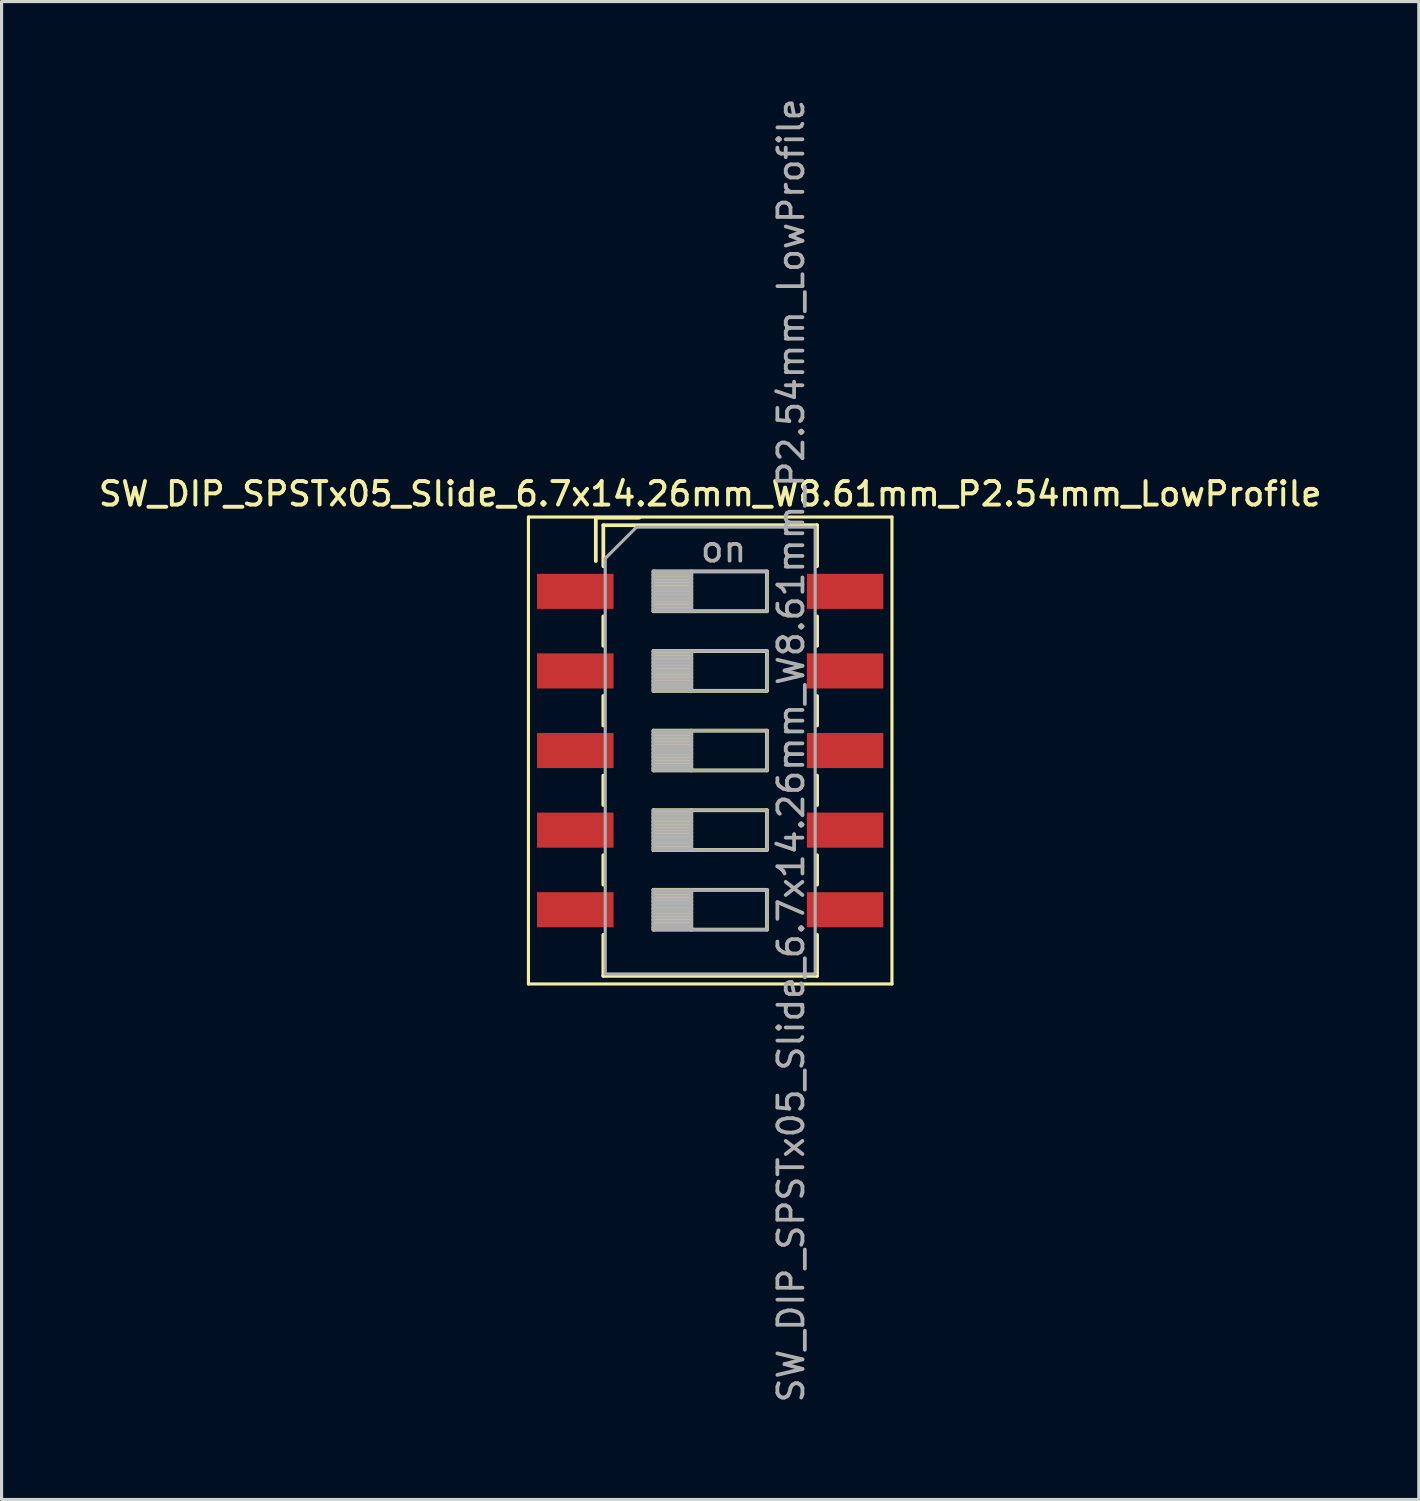
<source format=kicad_pcb>
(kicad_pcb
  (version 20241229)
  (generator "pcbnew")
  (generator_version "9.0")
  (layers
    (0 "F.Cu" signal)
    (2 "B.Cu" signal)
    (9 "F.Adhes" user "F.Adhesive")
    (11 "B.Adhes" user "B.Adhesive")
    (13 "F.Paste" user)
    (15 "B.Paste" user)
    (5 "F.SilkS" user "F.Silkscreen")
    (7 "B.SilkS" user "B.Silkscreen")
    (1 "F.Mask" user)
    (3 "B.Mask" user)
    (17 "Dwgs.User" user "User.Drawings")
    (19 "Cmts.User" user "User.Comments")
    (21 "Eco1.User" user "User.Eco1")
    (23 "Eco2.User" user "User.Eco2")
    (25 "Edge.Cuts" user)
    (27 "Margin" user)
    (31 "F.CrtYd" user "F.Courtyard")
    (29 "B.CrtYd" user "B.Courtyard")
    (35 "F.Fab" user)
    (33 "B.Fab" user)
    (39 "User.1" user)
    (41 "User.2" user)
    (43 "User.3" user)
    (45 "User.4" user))
  (footprint "SW_DIP_SPSTx05_Slide_6.7x14.26mm_W8.61mm_P2.54mm_LowProfile"
    (layer "F.Cu")
    (at 19.613 20.9)
    (property "Reference" "SW_DIP_SPSTx05_Slide_6.7x14.26mm_W8.61mm_P2.54mm_LowProfile" (at 0 -8.19 0) (layer "F.SilkS") (effects (font (size 0.75 0.75) (thickness 0.125))))
    (attr smd)
    (fp_line (start -5.8 -7.45) (end -5.8 7.45) (stroke (width 0.1) (type solid)) (layer "F.SilkS"))
    (fp_line (start -5.8 7.45) (end 5.8 7.45) (stroke (width 0.1) (type solid)) (layer "F.SilkS"))
    (fp_line (start -3.65 -7.43) (end -3.65 -6.047) (stroke (width 0.12) (type solid)) (layer "F.SilkS"))
    (fp_line (start -3.65 -7.43) (end -2.267 -7.43) (stroke (width 0.12) (type solid)) (layer "F.SilkS"))
    (fp_line (start -3.41 -7.19) (end -3.41 -5.88) (stroke (width 0.12) (type solid)) (layer "F.SilkS"))
    (fp_line (start -3.41 -7.19) (end 3.41 -7.19) (stroke (width 0.12) (type solid)) (layer "F.SilkS"))
    (fp_line (start -3.41 -4.28) (end -3.41 -3.34) (stroke (width 0.12) (type solid)) (layer "F.SilkS"))
    (fp_line (start -3.41 -1.74) (end -3.41 -0.8) (stroke (width 0.12) (type solid)) (layer "F.SilkS"))
    (fp_line (start -3.41 0.8) (end -3.41 1.74) (stroke (width 0.12) (type solid)) (layer "F.SilkS"))
    (fp_line (start -3.41 3.34) (end -3.41 4.28) (stroke (width 0.12) (type solid)) (layer "F.SilkS"))
    (fp_line (start -3.41 5.88) (end -3.41 7.191) (stroke (width 0.12) (type solid)) (layer "F.SilkS"))
    (fp_line (start -3.41 7.191) (end 3.41 7.191) (stroke (width 0.12) (type solid)) (layer "F.SilkS"))
    (fp_line (start -1.81 -5.715) (end -1.81 -4.445) (stroke (width 0.12) (type solid)) (layer "F.SilkS"))
    (fp_line (start -1.81 -5.595) (end -0.603 -5.595) (stroke (width 0.12) (type solid)) (layer "F.SilkS"))
    (fp_line (start -1.81 -5.475) (end -0.603 -5.475) (stroke (width 0.12) (type solid)) (layer "F.SilkS"))
    (fp_line (start -1.81 -5.355) (end -0.603 -5.355) (stroke (width 0.12) (type solid)) (layer "F.SilkS"))
    (fp_line (start -1.81 -5.235) (end -0.603 -5.235) (stroke (width 0.12) (type solid)) (layer "F.SilkS"))
    (fp_line (start -1.81 -5.115) (end -0.603 -5.115) (stroke (width 0.12) (type solid)) (layer "F.SilkS"))
    (fp_line (start -1.81 -4.995) (end -0.603 -4.995) (stroke (width 0.12) (type solid)) (layer "F.SilkS"))
    (fp_line (start -1.81 -4.875) (end -0.603 -4.875) (stroke (width 0.12) (type solid)) (layer "F.SilkS"))
    (fp_line (start -1.81 -4.755) (end -0.603 -4.755) (stroke (width 0.12) (type solid)) (layer "F.SilkS"))
    (fp_line (start -1.81 -4.635) (end -0.603 -4.635) (stroke (width 0.12) (type solid)) (layer "F.SilkS"))
    (fp_line (start -1.81 -4.515) (end -0.603 -4.515) (stroke (width 0.12) (type solid)) (layer "F.SilkS"))
    (fp_line (start -1.81 -4.445) (end 1.81 -4.445) (stroke (width 0.12) (type solid)) (layer "F.SilkS"))
    (fp_line (start -1.81 -3.175) (end -1.81 -1.905) (stroke (width 0.12) (type solid)) (layer "F.SilkS"))
    (fp_line (start -1.81 -3.055) (end -0.603 -3.055) (stroke (width 0.12) (type solid)) (layer "F.SilkS"))
    (fp_line (start -1.81 -2.935) (end -0.603 -2.935) (stroke (width 0.12) (type solid)) (layer "F.SilkS"))
    (fp_line (start -1.81 -2.815) (end -0.603 -2.815) (stroke (width 0.12) (type solid)) (layer "F.SilkS"))
    (fp_line (start -1.81 -2.695) (end -0.603 -2.695) (stroke (width 0.12) (type solid)) (layer "F.SilkS"))
    (fp_line (start -1.81 -2.575) (end -0.603 -2.575) (stroke (width 0.12) (type solid)) (layer "F.SilkS"))
    (fp_line (start -1.81 -2.455) (end -0.603 -2.455) (stroke (width 0.12) (type solid)) (layer "F.SilkS"))
    (fp_line (start -1.81 -2.335) (end -0.603 -2.335) (stroke (width 0.12) (type solid)) (layer "F.SilkS"))
    (fp_line (start -1.81 -2.215) (end -0.603 -2.215) (stroke (width 0.12) (type solid)) (layer "F.SilkS"))
    (fp_line (start -1.81 -2.095) (end -0.603 -2.095) (stroke (width 0.12) (type solid)) (layer "F.SilkS"))
    (fp_line (start -1.81 -1.975) (end -0.603 -1.975) (stroke (width 0.12) (type solid)) (layer "F.SilkS"))
    (fp_line (start -1.81 -1.905) (end 1.81 -1.905) (stroke (width 0.12) (type solid)) (layer "F.SilkS"))
    (fp_line (start -1.81 -0.635) (end -1.81 0.635) (stroke (width 0.12) (type solid)) (layer "F.SilkS"))
    (fp_line (start -1.81 -0.515) (end -0.603 -0.515) (stroke (width 0.12) (type solid)) (layer "F.SilkS"))
    (fp_line (start -1.81 -0.395) (end -0.603 -0.395) (stroke (width 0.12) (type solid)) (layer "F.SilkS"))
    (fp_line (start -1.81 -0.275) (end -0.603 -0.275) (stroke (width 0.12) (type solid)) (layer "F.SilkS"))
    (fp_line (start -1.81 -0.155) (end -0.603 -0.155) (stroke (width 0.12) (type solid)) (layer "F.SilkS"))
    (fp_line (start -1.81 -0.035) (end -0.603 -0.035) (stroke (width 0.12) (type solid)) (layer "F.SilkS"))
    (fp_line (start -1.81 0.085) (end -0.603 0.085) (stroke (width 0.12) (type solid)) (layer "F.SilkS"))
    (fp_line (start -1.81 0.205) (end -0.603 0.205) (stroke (width 0.12) (type solid)) (layer "F.SilkS"))
    (fp_line (start -1.81 0.325) (end -0.603 0.325) (stroke (width 0.12) (type solid)) (layer "F.SilkS"))
    (fp_line (start -1.81 0.445) (end -0.603 0.445) (stroke (width 0.12) (type solid)) (layer "F.SilkS"))
    (fp_line (start -1.81 0.565) (end -0.603 0.565) (stroke (width 0.12) (type solid)) (layer "F.SilkS"))
    (fp_line (start -1.81 0.635) (end 1.81 0.635) (stroke (width 0.12) (type solid)) (layer "F.SilkS"))
    (fp_line (start -1.81 1.905) (end -1.81 3.175) (stroke (width 0.12) (type solid)) (layer "F.SilkS"))
    (fp_line (start -1.81 2.025) (end -0.603 2.025) (stroke (width 0.12) (type solid)) (layer "F.SilkS"))
    (fp_line (start -1.81 2.145) (end -0.603 2.145) (stroke (width 0.12) (type solid)) (layer "F.SilkS"))
    (fp_line (start -1.81 2.265) (end -0.603 2.265) (stroke (width 0.12) (type solid)) (layer "F.SilkS"))
    (fp_line (start -1.81 2.385) (end -0.603 2.385) (stroke (width 0.12) (type solid)) (layer "F.SilkS"))
    (fp_line (start -1.81 2.505) (end -0.603 2.505) (stroke (width 0.12) (type solid)) (layer "F.SilkS"))
    (fp_line (start -1.81 2.625) (end -0.603 2.625) (stroke (width 0.12) (type solid)) (layer "F.SilkS"))
    (fp_line (start -1.81 2.745) (end -0.603 2.745) (stroke (width 0.12) (type solid)) (layer "F.SilkS"))
    (fp_line (start -1.81 2.865) (end -0.603 2.865) (stroke (width 0.12) (type solid)) (layer "F.SilkS"))
    (fp_line (start -1.81 2.985) (end -0.603 2.985) (stroke (width 0.12) (type solid)) (layer "F.SilkS"))
    (fp_line (start -1.81 3.105) (end -0.603 3.105) (stroke (width 0.12) (type solid)) (layer "F.SilkS"))
    (fp_line (start -1.81 3.175) (end 1.81 3.175) (stroke (width 0.12) (type solid)) (layer "F.SilkS"))
    (fp_line (start -1.81 4.445) (end -1.81 5.715) (stroke (width 0.12) (type solid)) (layer "F.SilkS"))
    (fp_line (start -1.81 4.565) (end -0.603 4.565) (stroke (width 0.12) (type solid)) (layer "F.SilkS"))
    (fp_line (start -1.81 4.685) (end -0.603 4.685) (stroke (width 0.12) (type solid)) (layer "F.SilkS"))
    (fp_line (start -1.81 4.805) (end -0.603 4.805) (stroke (width 0.12) (type solid)) (layer "F.SilkS"))
    (fp_line (start -1.81 4.925) (end -0.603 4.925) (stroke (width 0.12) (type solid)) (layer "F.SilkS"))
    (fp_line (start -1.81 5.045) (end -0.603 5.045) (stroke (width 0.12) (type solid)) (layer "F.SilkS"))
    (fp_line (start -1.81 5.165) (end -0.603 5.165) (stroke (width 0.12) (type solid)) (layer "F.SilkS"))
    (fp_line (start -1.81 5.285) (end -0.603 5.285) (stroke (width 0.12) (type solid)) (layer "F.SilkS"))
    (fp_line (start -1.81 5.405) (end -0.603 5.405) (stroke (width 0.12) (type solid)) (layer "F.SilkS"))
    (fp_line (start -1.81 5.525) (end -0.603 5.525) (stroke (width 0.12) (type solid)) (layer "F.SilkS"))
    (fp_line (start -1.81 5.645) (end -0.603 5.645) (stroke (width 0.12) (type solid)) (layer "F.SilkS"))
    (fp_line (start -1.81 5.715) (end 1.81 5.715) (stroke (width 0.12) (type solid)) (layer "F.SilkS"))
    (fp_line (start -0.603 -5.715) (end -0.603 -4.445) (stroke (width 0.12) (type solid)) (layer "F.SilkS"))
    (fp_line (start -0.603 -3.175) (end -0.603 -1.905) (stroke (width 0.12) (type solid)) (layer "F.SilkS"))
    (fp_line (start -0.603 -0.635) (end -0.603 0.635) (stroke (width 0.12) (type solid)) (layer "F.SilkS"))
    (fp_line (start -0.603 1.905) (end -0.603 3.175) (stroke (width 0.12) (type solid)) (layer "F.SilkS"))
    (fp_line (start -0.603 4.445) (end -0.603 5.715) (stroke (width 0.12) (type solid)) (layer "F.SilkS"))
    (fp_line (start 1.81 -5.715) (end -1.81 -5.715) (stroke (width 0.12) (type solid)) (layer "F.SilkS"))
    (fp_line (start 1.81 -4.445) (end 1.81 -5.715) (stroke (width 0.12) (type solid)) (layer "F.SilkS"))
    (fp_line (start 1.81 -3.175) (end -1.81 -3.175) (stroke (width 0.12) (type solid)) (layer "F.SilkS"))
    (fp_line (start 1.81 -1.905) (end 1.81 -3.175) (stroke (width 0.12) (type solid)) (layer "F.SilkS"))
    (fp_line (start 1.81 -0.635) (end -1.81 -0.635) (stroke (width 0.12) (type solid)) (layer "F.SilkS"))
    (fp_line (start 1.81 0.635) (end 1.81 -0.635) (stroke (width 0.12) (type solid)) (layer "F.SilkS"))
    (fp_line (start 1.81 1.905) (end -1.81 1.905) (stroke (width 0.12) (type solid)) (layer "F.SilkS"))
    (fp_line (start 1.81 3.175) (end 1.81 1.905) (stroke (width 0.12) (type solid)) (layer "F.SilkS"))
    (fp_line (start 1.81 4.445) (end -1.81 4.445) (stroke (width 0.12) (type solid)) (layer "F.SilkS"))
    (fp_line (start 1.81 5.715) (end 1.81 4.445) (stroke (width 0.12) (type solid)) (layer "F.SilkS"))
    (fp_line (start 3.41 -7.19) (end 3.41 -5.88) (stroke (width 0.12) (type solid)) (layer "F.SilkS"))
    (fp_line (start 3.41 -4.28) (end 3.41 -3.34) (stroke (width 0.12) (type solid)) (layer "F.SilkS"))
    (fp_line (start 3.41 -1.74) (end 3.41 -0.8) (stroke (width 0.12) (type solid)) (layer "F.SilkS"))
    (fp_line (start 3.41 0.8) (end 3.41 1.74) (stroke (width 0.12) (type solid)) (layer "F.SilkS"))
    (fp_line (start 3.41 3.34) (end 3.41 4.28) (stroke (width 0.12) (type solid)) (layer "F.SilkS"))
    (fp_line (start 3.41 5.88) (end 3.41 7.191) (stroke (width 0.12) (type solid)) (layer "F.SilkS"))
    (fp_line (start 5.8 -7.45) (end -5.8 -7.45) (stroke (width 0.1) (type solid)) (layer "F.SilkS"))
    (fp_line (start 5.8 7.45) (end 5.8 -7.45) (stroke (width 0.1) (type solid)) (layer "F.SilkS"))
    (fp_line (start -3.35 -6.13) (end -2.35 -7.13) (stroke (width 0.1) (type solid)) (layer "F.Fab"))
    (fp_line (start -3.35 7.13) (end -3.35 -6.13) (stroke (width 0.1) (type solid)) (layer "F.Fab"))
    (fp_line (start -2.35 -7.13) (end 3.35 -7.13) (stroke (width 0.1) (type solid)) (layer "F.Fab"))
    (fp_line (start -1.81 -5.715) (end -1.81 -4.445) (stroke (width 0.1) (type solid)) (layer "F.Fab"))
    (fp_line (start -1.81 -5.615) (end -0.603 -5.615) (stroke (width 0.1) (type solid)) (layer "F.Fab"))
    (fp_line (start -1.81 -5.515) (end -0.603 -5.515) (stroke (width 0.1) (type solid)) (layer "F.Fab"))
    (fp_line (start -1.81 -5.415) (end -0.603 -5.415) (stroke (width 0.1) (type solid)) (layer "F.Fab"))
    (fp_line (start -1.81 -5.315) (end -0.603 -5.315) (stroke (width 0.1) (type solid)) (layer "F.Fab"))
    (fp_line (start -1.81 -5.215) (end -0.603 -5.215) (stroke (width 0.1) (type solid)) (layer "F.Fab"))
    (fp_line (start -1.81 -5.115) (end -0.603 -5.115) (stroke (width 0.1) (type solid)) (layer "F.Fab"))
    (fp_line (start -1.81 -5.015) (end -0.603 -5.015) (stroke (width 0.1) (type solid)) (layer "F.Fab"))
    (fp_line (start -1.81 -4.915) (end -0.603 -4.915) (stroke (width 0.1) (type solid)) (layer "F.Fab"))
    (fp_line (start -1.81 -4.815) (end -0.603 -4.815) (stroke (width 0.1) (type solid)) (layer "F.Fab"))
    (fp_line (start -1.81 -4.715) (end -0.603 -4.715) (stroke (width 0.1) (type solid)) (layer "F.Fab"))
    (fp_line (start -1.81 -4.615) (end -0.603 -4.615) (stroke (width 0.1) (type solid)) (layer "F.Fab"))
    (fp_line (start -1.81 -4.515) (end -0.603 -4.515) (stroke (width 0.1) (type solid)) (layer "F.Fab"))
    (fp_line (start -1.81 -4.445) (end 1.81 -4.445) (stroke (width 0.1) (type solid)) (layer "F.Fab"))
    (fp_line (start -1.81 -3.175) (end -1.81 -1.905) (stroke (width 0.1) (type solid)) (layer "F.Fab"))
    (fp_line (start -1.81 -3.075) (end -0.603 -3.075) (stroke (width 0.1) (type solid)) (layer "F.Fab"))
    (fp_line (start -1.81 -2.975) (end -0.603 -2.975) (stroke (width 0.1) (type solid)) (layer "F.Fab"))
    (fp_line (start -1.81 -2.875) (end -0.603 -2.875) (stroke (width 0.1) (type solid)) (layer "F.Fab"))
    (fp_line (start -1.81 -2.775) (end -0.603 -2.775) (stroke (width 0.1) (type solid)) (layer "F.Fab"))
    (fp_line (start -1.81 -2.675) (end -0.603 -2.675) (stroke (width 0.1) (type solid)) (layer "F.Fab"))
    (fp_line (start -1.81 -2.575) (end -0.603 -2.575) (stroke (width 0.1) (type solid)) (layer "F.Fab"))
    (fp_line (start -1.81 -2.475) (end -0.603 -2.475) (stroke (width 0.1) (type solid)) (layer "F.Fab"))
    (fp_line (start -1.81 -2.375) (end -0.603 -2.375) (stroke (width 0.1) (type solid)) (layer "F.Fab"))
    (fp_line (start -1.81 -2.275) (end -0.603 -2.275) (stroke (width 0.1) (type solid)) (layer "F.Fab"))
    (fp_line (start -1.81 -2.175) (end -0.603 -2.175) (stroke (width 0.1) (type solid)) (layer "F.Fab"))
    (fp_line (start -1.81 -2.075) (end -0.603 -2.075) (stroke (width 0.1) (type solid)) (layer "F.Fab"))
    (fp_line (start -1.81 -1.975) (end -0.603 -1.975) (stroke (width 0.1) (type solid)) (layer "F.Fab"))
    (fp_line (start -1.81 -1.905) (end 1.81 -1.905) (stroke (width 0.1) (type solid)) (layer "F.Fab"))
    (fp_line (start -1.81 -0.635) (end -1.81 0.635) (stroke (width 0.1) (type solid)) (layer "F.Fab"))
    (fp_line (start -1.81 -0.535) (end -0.603 -0.535) (stroke (width 0.1) (type solid)) (layer "F.Fab"))
    (fp_line (start -1.81 -0.435) (end -0.603 -0.435) (stroke (width 0.1) (type solid)) (layer "F.Fab"))
    (fp_line (start -1.81 -0.335) (end -0.603 -0.335) (stroke (width 0.1) (type solid)) (layer "F.Fab"))
    (fp_line (start -1.81 -0.235) (end -0.603 -0.235) (stroke (width 0.1) (type solid)) (layer "F.Fab"))
    (fp_line (start -1.81 -0.135) (end -0.603 -0.135) (stroke (width 0.1) (type solid)) (layer "F.Fab"))
    (fp_line (start -1.81 -0.035) (end -0.603 -0.035) (stroke (width 0.1) (type solid)) (layer "F.Fab"))
    (fp_line (start -1.81 0.065) (end -0.603 0.065) (stroke (width 0.1) (type solid)) (layer "F.Fab"))
    (fp_line (start -1.81 0.165) (end -0.603 0.165) (stroke (width 0.1) (type solid)) (layer "F.Fab"))
    (fp_line (start -1.81 0.265) (end -0.603 0.265) (stroke (width 0.1) (type solid)) (layer "F.Fab"))
    (fp_line (start -1.81 0.365) (end -0.603 0.365) (stroke (width 0.1) (type solid)) (layer "F.Fab"))
    (fp_line (start -1.81 0.465) (end -0.603 0.465) (stroke (width 0.1) (type solid)) (layer "F.Fab"))
    (fp_line (start -1.81 0.565) (end -0.603 0.565) (stroke (width 0.1) (type solid)) (layer "F.Fab"))
    (fp_line (start -1.81 0.635) (end 1.81 0.635) (stroke (width 0.1) (type solid)) (layer "F.Fab"))
    (fp_line (start -1.81 1.905) (end -1.81 3.175) (stroke (width 0.1) (type solid)) (layer "F.Fab"))
    (fp_line (start -1.81 2.005) (end -0.603 2.005) (stroke (width 0.1) (type solid)) (layer "F.Fab"))
    (fp_line (start -1.81 2.105) (end -0.603 2.105) (stroke (width 0.1) (type solid)) (layer "F.Fab"))
    (fp_line (start -1.81 2.205) (end -0.603 2.205) (stroke (width 0.1) (type solid)) (layer "F.Fab"))
    (fp_line (start -1.81 2.305) (end -0.603 2.305) (stroke (width 0.1) (type solid)) (layer "F.Fab"))
    (fp_line (start -1.81 2.405) (end -0.603 2.405) (stroke (width 0.1) (type solid)) (layer "F.Fab"))
    (fp_line (start -1.81 2.505) (end -0.603 2.505) (stroke (width 0.1) (type solid)) (layer "F.Fab"))
    (fp_line (start -1.81 2.605) (end -0.603 2.605) (stroke (width 0.1) (type solid)) (layer "F.Fab"))
    (fp_line (start -1.81 2.705) (end -0.603 2.705) (stroke (width 0.1) (type solid)) (layer "F.Fab"))
    (fp_line (start -1.81 2.805) (end -0.603 2.805) (stroke (width 0.1) (type solid)) (layer "F.Fab"))
    (fp_line (start -1.81 2.905) (end -0.603 2.905) (stroke (width 0.1) (type solid)) (layer "F.Fab"))
    (fp_line (start -1.81 3.005) (end -0.603 3.005) (stroke (width 0.1) (type solid)) (layer "F.Fab"))
    (fp_line (start -1.81 3.105) (end -0.603 3.105) (stroke (width 0.1) (type solid)) (layer "F.Fab"))
    (fp_line (start -1.81 3.175) (end 1.81 3.175) (stroke (width 0.1) (type solid)) (layer "F.Fab"))
    (fp_line (start -1.81 4.445) (end -1.81 5.715) (stroke (width 0.1) (type solid)) (layer "F.Fab"))
    (fp_line (start -1.81 4.545) (end -0.603 4.545) (stroke (width 0.1) (type solid)) (layer "F.Fab"))
    (fp_line (start -1.81 4.645) (end -0.603 4.645) (stroke (width 0.1) (type solid)) (layer "F.Fab"))
    (fp_line (start -1.81 4.745) (end -0.603 4.745) (stroke (width 0.1) (type solid)) (layer "F.Fab"))
    (fp_line (start -1.81 4.845) (end -0.603 4.845) (stroke (width 0.1) (type solid)) (layer "F.Fab"))
    (fp_line (start -1.81 4.945) (end -0.603 4.945) (stroke (width 0.1) (type solid)) (layer "F.Fab"))
    (fp_line (start -1.81 5.045) (end -0.603 5.045) (stroke (width 0.1) (type solid)) (layer "F.Fab"))
    (fp_line (start -1.81 5.145) (end -0.603 5.145) (stroke (width 0.1) (type solid)) (layer "F.Fab"))
    (fp_line (start -1.81 5.245) (end -0.603 5.245) (stroke (width 0.1) (type solid)) (layer "F.Fab"))
    (fp_line (start -1.81 5.345) (end -0.603 5.345) (stroke (width 0.1) (type solid)) (layer "F.Fab"))
    (fp_line (start -1.81 5.445) (end -0.603 5.445) (stroke (width 0.1) (type solid)) (layer "F.Fab"))
    (fp_line (start -1.81 5.545) (end -0.603 5.545) (stroke (width 0.1) (type solid)) (layer "F.Fab"))
    (fp_line (start -1.81 5.645) (end -0.603 5.645) (stroke (width 0.1) (type solid)) (layer "F.Fab"))
    (fp_line (start -1.81 5.715) (end 1.81 5.715) (stroke (width 0.1) (type solid)) (layer "F.Fab"))
    (fp_line (start -0.603 -5.715) (end -0.603 -4.445) (stroke (width 0.1) (type solid)) (layer "F.Fab"))
    (fp_line (start -0.603 -3.175) (end -0.603 -1.905) (stroke (width 0.1) (type solid)) (layer "F.Fab"))
    (fp_line (start -0.603 -0.635) (end -0.603 0.635) (stroke (width 0.1) (type solid)) (layer "F.Fab"))
    (fp_line (start -0.603 1.905) (end -0.603 3.175) (stroke (width 0.1) (type solid)) (layer "F.Fab"))
    (fp_line (start -0.603 4.445) (end -0.603 5.715) (stroke (width 0.1) (type solid)) (layer "F.Fab"))
    (fp_line (start 1.81 -5.715) (end -1.81 -5.715) (stroke (width 0.1) (type solid)) (layer "F.Fab"))
    (fp_line (start 1.81 -4.445) (end 1.81 -5.715) (stroke (width 0.1) (type solid)) (layer "F.Fab"))
    (fp_line (start 1.81 -3.175) (end -1.81 -3.175) (stroke (width 0.1) (type solid)) (layer "F.Fab"))
    (fp_line (start 1.81 -1.905) (end 1.81 -3.175) (stroke (width 0.1) (type solid)) (layer "F.Fab"))
    (fp_line (start 1.81 -0.635) (end -1.81 -0.635) (stroke (width 0.1) (type solid)) (layer "F.Fab"))
    (fp_line (start 1.81 0.635) (end 1.81 -0.635) (stroke (width 0.1) (type solid)) (layer "F.Fab"))
    (fp_line (start 1.81 1.905) (end -1.81 1.905) (stroke (width 0.1) (type solid)) (layer "F.Fab"))
    (fp_line (start 1.81 3.175) (end 1.81 1.905) (stroke (width 0.1) (type solid)) (layer "F.Fab"))
    (fp_line (start 1.81 4.445) (end -1.81 4.445) (stroke (width 0.1) (type solid)) (layer "F.Fab"))
    (fp_line (start 1.81 5.715) (end 1.81 4.445) (stroke (width 0.1) (type solid)) (layer "F.Fab"))
    (fp_line (start 3.35 -7.13) (end 3.35 7.13) (stroke (width 0.1) (type solid)) (layer "F.Fab"))
    (fp_line (start 3.35 7.13) (end -3.35 7.13) (stroke (width 0.1) (type solid)) (layer "F.Fab"))
    (fp_text user "on" (at 0.427 -6.423 0) (layer "F.Fab") (effects (font (size 0.8 0.8) (thickness 0.12))))
    (fp_text user "${REFERENCE}" (at 2.58 0 90) (layer "F.Fab") (effects (font (size 0.8 0.8) (thickness 0.12))))
    (pad "1" smd rect (at -4.305 -5.08) (size 2.44 1.12) (layers "F.Cu" "F.Mask" "F.Paste"))
    (pad "2" smd rect (at -4.305 -2.54) (size 2.44 1.12) (layers "F.Cu" "F.Mask" "F.Paste"))
    (pad "3" smd rect (at -4.305 0) (size 2.44 1.12) (layers "F.Cu" "F.Mask" "F.Paste"))
    (pad "4" smd rect (at -4.305 2.54) (size 2.44 1.12) (layers "F.Cu" "F.Mask" "F.Paste"))
    (pad "5" smd rect (at -4.305 5.08) (size 2.44 1.12) (layers "F.Cu" "F.Mask" "F.Paste"))
    (pad "6" smd rect (at 4.305 5.08) (size 2.44 1.12) (layers "F.Cu" "F.Mask" "F.Paste"))
    (pad "7" smd rect (at 4.305 2.54) (size 2.44 1.12) (layers "F.Cu" "F.Mask" "F.Paste"))
    (pad "8" smd rect (at 4.305 0) (size 2.44 1.12) (layers "F.Cu" "F.Mask" "F.Paste"))
    (pad "9" smd rect (at 4.305 -2.54) (size 2.44 1.12) (layers "F.Cu" "F.Mask" "F.Paste"))
    (pad "10" smd rect (at 4.305 -5.08) (size 2.44 1.12) (layers "F.Cu" "F.Mask" "F.Paste")))
  (gr_rect
    (start -3 -3)
    (end 42.225 44.8)
    (stroke (width 0.1) (type default))
    (fill no)
    (layer "Edge.Cuts")))
</source>
